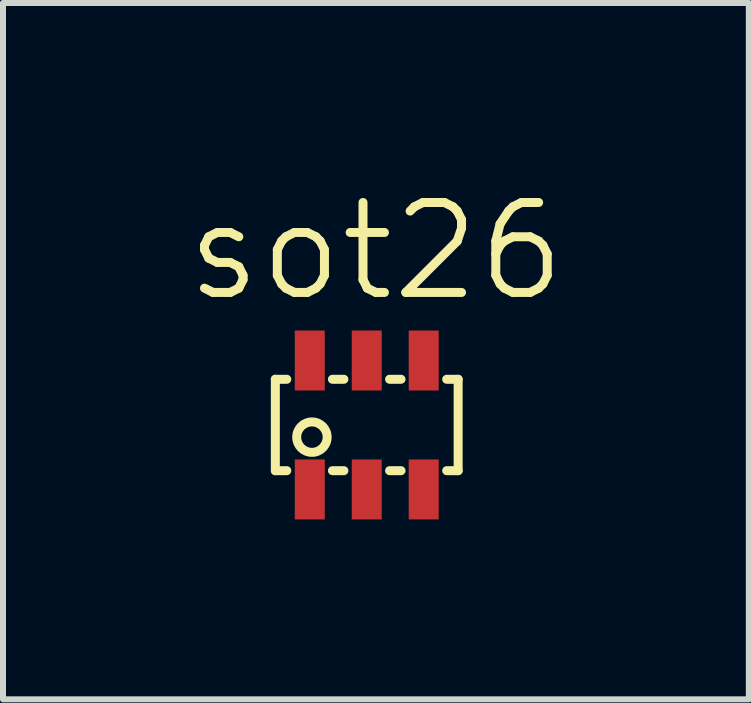
<source format=kicad_pcb>
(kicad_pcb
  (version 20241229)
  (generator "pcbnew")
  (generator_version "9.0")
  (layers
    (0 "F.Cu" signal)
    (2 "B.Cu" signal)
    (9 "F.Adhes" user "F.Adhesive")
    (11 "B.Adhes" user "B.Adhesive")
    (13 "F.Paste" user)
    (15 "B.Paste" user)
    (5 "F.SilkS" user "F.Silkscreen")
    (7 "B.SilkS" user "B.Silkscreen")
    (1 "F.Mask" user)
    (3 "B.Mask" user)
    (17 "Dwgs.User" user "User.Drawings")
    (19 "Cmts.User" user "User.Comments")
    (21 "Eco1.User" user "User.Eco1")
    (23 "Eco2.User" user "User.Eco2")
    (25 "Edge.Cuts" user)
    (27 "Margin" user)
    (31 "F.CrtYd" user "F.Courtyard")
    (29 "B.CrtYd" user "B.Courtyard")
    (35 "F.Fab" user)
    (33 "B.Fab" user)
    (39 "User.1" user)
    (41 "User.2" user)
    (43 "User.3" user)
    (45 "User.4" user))
  (footprint "sot26"
    (layer "F.Cu")
    (at 3.065 4.036)
    (property "Reference" "sot26" (at 0.152 -2.896 0) (layer "F.SilkS") (effects (font (size 1.5 1.5) (thickness 0.15))))
    (attr through_hole)
    (fp_line (start -1.524 -0.762) (end -1.524 0.762) (stroke (width 0.15) (type solid)) (layer "F.SilkS"))
    (fp_line (start -1.524 -0.762) (end -1.333 -0.762) (stroke (width 0.15) (type solid)) (layer "F.SilkS"))
    (fp_line (start -1.524 0.762) (end -1.333 0.762) (stroke (width 0.15) (type solid)) (layer "F.SilkS"))
    (fp_line (start -0.572 -0.762) (end -0.381 -0.762) (stroke (width 0.15) (type solid)) (layer "F.SilkS"))
    (fp_line (start -0.572 0.762) (end -0.381 0.762) (stroke (width 0.15) (type solid)) (layer "F.SilkS"))
    (fp_line (start 0.381 -0.762) (end 0.572 -0.762) (stroke (width 0.15) (type solid)) (layer "F.SilkS"))
    (fp_line (start 0.381 0.762) (end 0.572 0.762) (stroke (width 0.15) (type solid)) (layer "F.SilkS"))
    (fp_line (start 1.524 -0.762) (end 1.333 -0.762) (stroke (width 0.15) (type solid)) (layer "F.SilkS"))
    (fp_line (start 1.524 -0.762) (end 1.524 0.762) (stroke (width 0.15) (type solid)) (layer "F.SilkS"))
    (fp_line (start 1.524 0.762) (end 1.333 0.762) (stroke (width 0.15) (type solid)) (layer "F.SilkS"))
    (fp_circle (center -0.914 0.203) (end -0.711 0.051) (stroke (width 0.15) (type solid)) (fill no) (layer "F.SilkS"))
    (pad "D" smd rect (at -0.95 -1.075) (size 0.5 1) (layers "F.Cu" "F.Mask" "F.Paste"))
    (pad "D" smd rect (at -0.95 1.075) (size 0.5 1) (layers "F.Cu" "F.Mask" "F.Paste"))
    (pad "D" smd rect (at 0 -1.075) (size 0.5 1) (layers "F.Cu" "F.Mask" "F.Paste"))
    (pad "D" smd rect (at 0 1.075) (size 0.5 1) (layers "F.Cu" "F.Mask" "F.Paste"))
    (pad "G" smd rect (at 0.95 1.075) (size 0.5 1) (layers "F.Cu" "F.Mask" "F.Paste"))
    (pad "S" smd rect (at 0.95 -1.075) (size 0.5 1) (layers "F.Cu" "F.Mask" "F.Paste")))
  (gr_rect
    (start -3 -3)
    (end 9.436 8.611)
    (stroke (width 0.1) (type default))
    (fill no)
    (layer "Edge.Cuts")))
</source>
